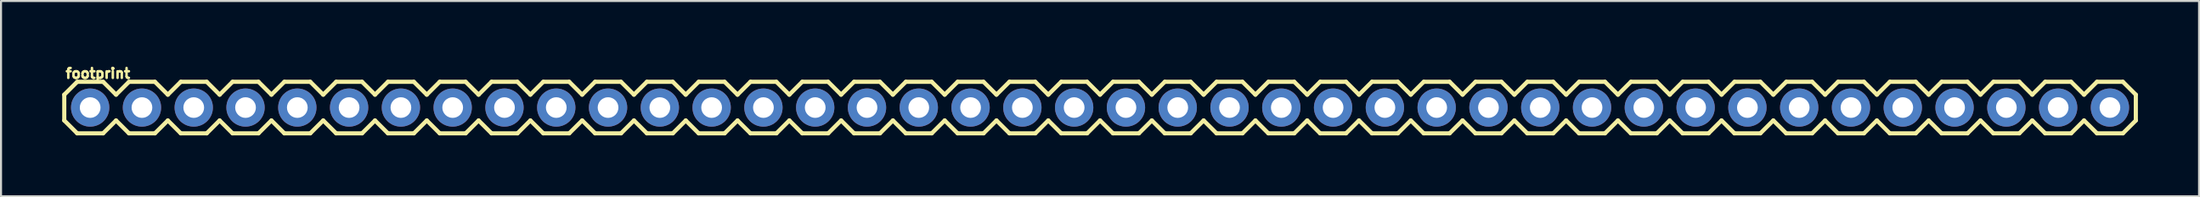
<source format=kicad_pcb>
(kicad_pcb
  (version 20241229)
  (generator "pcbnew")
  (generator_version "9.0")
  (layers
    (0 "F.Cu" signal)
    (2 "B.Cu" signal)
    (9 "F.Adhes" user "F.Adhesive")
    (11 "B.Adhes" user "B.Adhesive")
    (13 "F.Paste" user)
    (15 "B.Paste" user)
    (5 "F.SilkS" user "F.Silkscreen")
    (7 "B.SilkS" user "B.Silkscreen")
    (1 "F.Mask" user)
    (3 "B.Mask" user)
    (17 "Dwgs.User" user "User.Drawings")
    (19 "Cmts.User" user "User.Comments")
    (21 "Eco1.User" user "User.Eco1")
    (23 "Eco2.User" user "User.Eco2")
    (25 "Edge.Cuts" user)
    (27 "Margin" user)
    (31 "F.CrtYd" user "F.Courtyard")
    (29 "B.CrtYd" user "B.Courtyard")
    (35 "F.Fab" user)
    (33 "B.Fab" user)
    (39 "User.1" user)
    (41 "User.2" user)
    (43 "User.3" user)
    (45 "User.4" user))
  (footprint "footprint"
    (layer "F.Cu")
    (at 1.372 2.25)
    (property "Reference" "footprint" (at -1.27 -1.397 0) (layer "F.SilkS") (effects (font (size 0.488 0.488) (thickness 0.122)) (justify left bottom)))
    (fp_line (start -1.27 -0.635) (end -1.27 0.635) (stroke (width 0.203) (type solid)) (layer "F.SilkS"))
    (fp_line (start -1.27 0.635) (end -0.635 1.27) (stroke (width 0.203) (type solid)) (layer "F.SilkS"))
    (fp_line (start -0.635 -1.27) (end -1.27 -0.635) (stroke (width 0.203) (type solid)) (layer "F.SilkS"))
    (fp_line (start -0.635 -1.27) (end 0.635 -1.27) (stroke (width 0.203) (type solid)) (layer "F.SilkS"))
    (fp_line (start 0.635 -1.27) (end 1.27 -0.635) (stroke (width 0.203) (type solid)) (layer "F.SilkS"))
    (fp_line (start 0.635 1.27) (end -0.635 1.27) (stroke (width 0.203) (type solid)) (layer "F.SilkS"))
    (fp_line (start 1.27 -0.635) (end 1.905 -1.27) (stroke (width 0.203) (type solid)) (layer "F.SilkS"))
    (fp_line (start 1.27 0.635) (end 0.635 1.27) (stroke (width 0.203) (type solid)) (layer "F.SilkS"))
    (fp_line (start 1.905 -1.27) (end 3.175 -1.27) (stroke (width 0.203) (type solid)) (layer "F.SilkS"))
    (fp_line (start 1.905 1.27) (end 1.27 0.635) (stroke (width 0.203) (type solid)) (layer "F.SilkS"))
    (fp_line (start 3.175 -1.27) (end 3.81 -0.635) (stroke (width 0.203) (type solid)) (layer "F.SilkS"))
    (fp_line (start 3.175 1.27) (end 1.905 1.27) (stroke (width 0.203) (type solid)) (layer "F.SilkS"))
    (fp_line (start 3.81 -0.635) (end 4.445 -1.27) (stroke (width 0.203) (type solid)) (layer "F.SilkS"))
    (fp_line (start 3.81 0.635) (end 3.175 1.27) (stroke (width 0.203) (type solid)) (layer "F.SilkS"))
    (fp_line (start 4.445 -1.27) (end 5.715 -1.27) (stroke (width 0.203) (type solid)) (layer "F.SilkS"))
    (fp_line (start 4.445 1.27) (end 3.81 0.635) (stroke (width 0.203) (type solid)) (layer "F.SilkS"))
    (fp_line (start 5.715 -1.27) (end 6.35 -0.635) (stroke (width 0.203) (type solid)) (layer "F.SilkS"))
    (fp_line (start 5.715 1.27) (end 4.445 1.27) (stroke (width 0.203) (type solid)) (layer "F.SilkS"))
    (fp_line (start 6.35 0.635) (end 5.715 1.27) (stroke (width 0.203) (type solid)) (layer "F.SilkS"))
    (fp_line (start 6.35 0.635) (end 6.985 1.27) (stroke (width 0.203) (type solid)) (layer "F.SilkS"))
    (fp_line (start 6.985 -1.27) (end 6.35 -0.635) (stroke (width 0.203) (type solid)) (layer "F.SilkS"))
    (fp_line (start 6.985 -1.27) (end 8.255 -1.27) (stroke (width 0.203) (type solid)) (layer "F.SilkS"))
    (fp_line (start 8.255 -1.27) (end 8.89 -0.635) (stroke (width 0.203) (type solid)) (layer "F.SilkS"))
    (fp_line (start 8.255 1.27) (end 6.985 1.27) (stroke (width 0.203) (type solid)) (layer "F.SilkS"))
    (fp_line (start 8.89 -0.635) (end 9.525 -1.27) (stroke (width 0.203) (type solid)) (layer "F.SilkS"))
    (fp_line (start 8.89 0.635) (end 8.255 1.27) (stroke (width 0.203) (type solid)) (layer "F.SilkS"))
    (fp_line (start 9.525 -1.27) (end 10.795 -1.27) (stroke (width 0.203) (type solid)) (layer "F.SilkS"))
    (fp_line (start 9.525 1.27) (end 8.89 0.635) (stroke (width 0.203) (type solid)) (layer "F.SilkS"))
    (fp_line (start 10.795 -1.27) (end 11.43 -0.635) (stroke (width 0.203) (type solid)) (layer "F.SilkS"))
    (fp_line (start 10.795 1.27) (end 9.525 1.27) (stroke (width 0.203) (type solid)) (layer "F.SilkS"))
    (fp_line (start 11.43 -0.635) (end 12.065 -1.27) (stroke (width 0.203) (type solid)) (layer "F.SilkS"))
    (fp_line (start 11.43 0.635) (end 10.795 1.27) (stroke (width 0.203) (type solid)) (layer "F.SilkS"))
    (fp_line (start 12.065 -1.27) (end 13.335 -1.27) (stroke (width 0.203) (type solid)) (layer "F.SilkS"))
    (fp_line (start 12.065 1.27) (end 11.43 0.635) (stroke (width 0.203) (type solid)) (layer "F.SilkS"))
    (fp_line (start 13.335 -1.27) (end 13.97 -0.635) (stroke (width 0.203) (type solid)) (layer "F.SilkS"))
    (fp_line (start 13.335 1.27) (end 12.065 1.27) (stroke (width 0.203) (type solid)) (layer "F.SilkS"))
    (fp_line (start 13.97 0.635) (end 13.335 1.27) (stroke (width 0.203) (type solid)) (layer "F.SilkS"))
    (fp_line (start 13.97 0.635) (end 14.605 1.27) (stroke (width 0.203) (type solid)) (layer "F.SilkS"))
    (fp_line (start 14.605 -1.27) (end 13.97 -0.635) (stroke (width 0.203) (type solid)) (layer "F.SilkS"))
    (fp_line (start 14.605 -1.27) (end 15.875 -1.27) (stroke (width 0.203) (type solid)) (layer "F.SilkS"))
    (fp_line (start 15.875 -1.27) (end 16.51 -0.635) (stroke (width 0.203) (type solid)) (layer "F.SilkS"))
    (fp_line (start 15.875 1.27) (end 14.605 1.27) (stroke (width 0.203) (type solid)) (layer "F.SilkS"))
    (fp_line (start 16.51 0.635) (end 15.875 1.27) (stroke (width 0.203) (type solid)) (layer "F.SilkS"))
    (fp_line (start 16.51 0.635) (end 17.145 1.27) (stroke (width 0.203) (type solid)) (layer "F.SilkS"))
    (fp_line (start 17.145 -1.27) (end 16.51 -0.635) (stroke (width 0.203) (type solid)) (layer "F.SilkS"))
    (fp_line (start 17.145 -1.27) (end 18.415 -1.27) (stroke (width 0.203) (type solid)) (layer "F.SilkS"))
    (fp_line (start 18.415 -1.27) (end 19.05 -0.635) (stroke (width 0.203) (type solid)) (layer "F.SilkS"))
    (fp_line (start 18.415 1.27) (end 17.145 1.27) (stroke (width 0.203) (type solid)) (layer "F.SilkS"))
    (fp_line (start 19.05 -0.635) (end 19.685 -1.27) (stroke (width 0.203) (type solid)) (layer "F.SilkS"))
    (fp_line (start 19.05 0.635) (end 18.415 1.27) (stroke (width 0.203) (type solid)) (layer "F.SilkS"))
    (fp_line (start 19.685 -1.27) (end 20.955 -1.27) (stroke (width 0.203) (type solid)) (layer "F.SilkS"))
    (fp_line (start 19.685 1.27) (end 19.05 0.635) (stroke (width 0.203) (type solid)) (layer "F.SilkS"))
    (fp_line (start 20.955 -1.27) (end 21.59 -0.635) (stroke (width 0.203) (type solid)) (layer "F.SilkS"))
    (fp_line (start 20.955 1.27) (end 19.685 1.27) (stroke (width 0.203) (type solid)) (layer "F.SilkS"))
    (fp_line (start 21.59 -0.635) (end 22.225 -1.27) (stroke (width 0.203) (type solid)) (layer "F.SilkS"))
    (fp_line (start 21.59 0.635) (end 20.955 1.27) (stroke (width 0.203) (type solid)) (layer "F.SilkS"))
    (fp_line (start 22.225 -1.27) (end 23.495 -1.27) (stroke (width 0.203) (type solid)) (layer "F.SilkS"))
    (fp_line (start 22.225 1.27) (end 21.59 0.635) (stroke (width 0.203) (type solid)) (layer "F.SilkS"))
    (fp_line (start 23.495 -1.27) (end 24.13 -0.635) (stroke (width 0.203) (type solid)) (layer "F.SilkS"))
    (fp_line (start 23.495 1.27) (end 22.225 1.27) (stroke (width 0.203) (type solid)) (layer "F.SilkS"))
    (fp_line (start 24.13 0.635) (end 23.495 1.27) (stroke (width 0.203) (type solid)) (layer "F.SilkS"))
    (fp_line (start 24.13 0.635) (end 24.765 1.27) (stroke (width 0.203) (type solid)) (layer "F.SilkS"))
    (fp_line (start 24.765 -1.27) (end 24.13 -0.635) (stroke (width 0.203) (type solid)) (layer "F.SilkS"))
    (fp_line (start 24.765 -1.27) (end 26.035 -1.27) (stroke (width 0.203) (type solid)) (layer "F.SilkS"))
    (fp_line (start 26.035 -1.27) (end 26.67 -0.635) (stroke (width 0.203) (type solid)) (layer "F.SilkS"))
    (fp_line (start 26.035 1.27) (end 24.765 1.27) (stroke (width 0.203) (type solid)) (layer "F.SilkS"))
    (fp_line (start 26.67 -0.635) (end 27.305 -1.27) (stroke (width 0.203) (type solid)) (layer "F.SilkS"))
    (fp_line (start 26.67 0.635) (end 26.035 1.27) (stroke (width 0.203) (type solid)) (layer "F.SilkS"))
    (fp_line (start 27.305 -1.27) (end 28.575 -1.27) (stroke (width 0.203) (type solid)) (layer "F.SilkS"))
    (fp_line (start 27.305 1.27) (end 26.67 0.635) (stroke (width 0.203) (type solid)) (layer "F.SilkS"))
    (fp_line (start 28.575 -1.27) (end 29.21 -0.635) (stroke (width 0.203) (type solid)) (layer "F.SilkS"))
    (fp_line (start 28.575 1.27) (end 27.305 1.27) (stroke (width 0.203) (type solid)) (layer "F.SilkS"))
    (fp_line (start 29.21 -0.635) (end 29.845 -1.27) (stroke (width 0.203) (type solid)) (layer "F.SilkS"))
    (fp_line (start 29.21 0.635) (end 28.575 1.27) (stroke (width 0.203) (type solid)) (layer "F.SilkS"))
    (fp_line (start 29.845 -1.27) (end 31.115 -1.27) (stroke (width 0.203) (type solid)) (layer "F.SilkS"))
    (fp_line (start 29.845 1.27) (end 29.21 0.635) (stroke (width 0.203) (type solid)) (layer "F.SilkS"))
    (fp_line (start 31.115 -1.27) (end 31.75 -0.635) (stroke (width 0.203) (type solid)) (layer "F.SilkS"))
    (fp_line (start 31.115 1.27) (end 29.845 1.27) (stroke (width 0.203) (type solid)) (layer "F.SilkS"))
    (fp_line (start 31.75 0.635) (end 31.115 1.27) (stroke (width 0.203) (type solid)) (layer "F.SilkS"))
    (fp_line (start 31.75 0.635) (end 32.385 1.27) (stroke (width 0.203) (type solid)) (layer "F.SilkS"))
    (fp_line (start 32.385 -1.27) (end 31.75 -0.635) (stroke (width 0.203) (type solid)) (layer "F.SilkS"))
    (fp_line (start 32.385 -1.27) (end 33.655 -1.27) (stroke (width 0.203) (type solid)) (layer "F.SilkS"))
    (fp_line (start 33.655 -1.27) (end 34.29 -0.635) (stroke (width 0.203) (type solid)) (layer "F.SilkS"))
    (fp_line (start 33.655 1.27) (end 32.385 1.27) (stroke (width 0.203) (type solid)) (layer "F.SilkS"))
    (fp_line (start 34.29 0.635) (end 33.655 1.27) (stroke (width 0.203) (type solid)) (layer "F.SilkS"))
    (fp_line (start 34.29 0.635) (end 34.925 1.27) (stroke (width 0.203) (type solid)) (layer "F.SilkS"))
    (fp_line (start 34.925 -1.27) (end 34.29 -0.635) (stroke (width 0.203) (type solid)) (layer "F.SilkS"))
    (fp_line (start 34.925 -1.27) (end 36.195 -1.27) (stroke (width 0.203) (type solid)) (layer "F.SilkS"))
    (fp_line (start 36.195 -1.27) (end 36.83 -0.635) (stroke (width 0.203) (type solid)) (layer "F.SilkS"))
    (fp_line (start 36.195 1.27) (end 34.925 1.27) (stroke (width 0.203) (type solid)) (layer "F.SilkS"))
    (fp_line (start 36.83 0.635) (end 36.195 1.27) (stroke (width 0.203) (type solid)) (layer "F.SilkS"))
    (fp_line (start 36.83 0.635) (end 37.465 1.27) (stroke (width 0.203) (type solid)) (layer "F.SilkS"))
    (fp_line (start 37.465 -1.27) (end 36.83 -0.635) (stroke (width 0.203) (type solid)) (layer "F.SilkS"))
    (fp_line (start 37.465 -1.27) (end 38.735 -1.27) (stroke (width 0.203) (type solid)) (layer "F.SilkS"))
    (fp_line (start 38.735 -1.27) (end 39.37 -0.635) (stroke (width 0.203) (type solid)) (layer "F.SilkS"))
    (fp_line (start 38.735 1.27) (end 37.465 1.27) (stroke (width 0.203) (type solid)) (layer "F.SilkS"))
    (fp_line (start 39.37 0.635) (end 38.735 1.27) (stroke (width 0.203) (type solid)) (layer "F.SilkS"))
    (fp_line (start 39.37 0.635) (end 40.005 1.27) (stroke (width 0.203) (type solid)) (layer "F.SilkS"))
    (fp_line (start 40.005 -1.27) (end 39.37 -0.635) (stroke (width 0.203) (type solid)) (layer "F.SilkS"))
    (fp_line (start 40.005 -1.27) (end 41.275 -1.27) (stroke (width 0.203) (type solid)) (layer "F.SilkS"))
    (fp_line (start 41.275 -1.27) (end 41.91 -0.635) (stroke (width 0.203) (type solid)) (layer "F.SilkS"))
    (fp_line (start 41.275 1.27) (end 40.005 1.27) (stroke (width 0.203) (type solid)) (layer "F.SilkS"))
    (fp_line (start 41.91 0.635) (end 41.275 1.27) (stroke (width 0.203) (type solid)) (layer "F.SilkS"))
    (fp_line (start 41.91 0.635) (end 42.545 1.27) (stroke (width 0.203) (type solid)) (layer "F.SilkS"))
    (fp_line (start 42.545 -1.27) (end 41.91 -0.635) (stroke (width 0.203) (type solid)) (layer "F.SilkS"))
    (fp_line (start 42.545 -1.27) (end 43.815 -1.27) (stroke (width 0.203) (type solid)) (layer "F.SilkS"))
    (fp_line (start 43.815 -1.27) (end 44.45 -0.635) (stroke (width 0.203) (type solid)) (layer "F.SilkS"))
    (fp_line (start 43.815 1.27) (end 42.545 1.27) (stroke (width 0.203) (type solid)) (layer "F.SilkS"))
    (fp_line (start 44.45 0.635) (end 43.815 1.27) (stroke (width 0.203) (type solid)) (layer "F.SilkS"))
    (fp_line (start 44.45 0.635) (end 45.085 1.27) (stroke (width 0.203) (type solid)) (layer "F.SilkS"))
    (fp_line (start 45.085 -1.27) (end 44.45 -0.635) (stroke (width 0.203) (type solid)) (layer "F.SilkS"))
    (fp_line (start 45.085 -1.27) (end 46.355 -1.27) (stroke (width 0.203) (type solid)) (layer "F.SilkS"))
    (fp_line (start 46.355 -1.27) (end 46.99 -0.635) (stroke (width 0.203) (type solid)) (layer "F.SilkS"))
    (fp_line (start 46.355 1.27) (end 45.085 1.27) (stroke (width 0.203) (type solid)) (layer "F.SilkS"))
    (fp_line (start 46.99 0.635) (end 46.355 1.27) (stroke (width 0.203) (type solid)) (layer "F.SilkS"))
    (fp_line (start 46.99 0.635) (end 47.625 1.27) (stroke (width 0.203) (type solid)) (layer "F.SilkS"))
    (fp_line (start 47.625 -1.27) (end 46.99 -0.635) (stroke (width 0.203) (type solid)) (layer "F.SilkS"))
    (fp_line (start 47.625 -1.27) (end 48.895 -1.27) (stroke (width 0.203) (type solid)) (layer "F.SilkS"))
    (fp_line (start 48.895 -1.27) (end 49.53 -0.635) (stroke (width 0.203) (type solid)) (layer "F.SilkS"))
    (fp_line (start 48.895 1.27) (end 47.625 1.27) (stroke (width 0.203) (type solid)) (layer "F.SilkS"))
    (fp_line (start 49.53 0.635) (end 48.895 1.27) (stroke (width 0.203) (type solid)) (layer "F.SilkS"))
    (fp_line (start 49.53 0.635) (end 50.165 1.27) (stroke (width 0.203) (type solid)) (layer "F.SilkS"))
    (fp_line (start 50.165 -1.27) (end 49.53 -0.635) (stroke (width 0.203) (type solid)) (layer "F.SilkS"))
    (fp_line (start 50.165 -1.27) (end 51.435 -1.27) (stroke (width 0.203) (type solid)) (layer "F.SilkS"))
    (fp_line (start 51.435 -1.27) (end 52.07 -0.635) (stroke (width 0.203) (type solid)) (layer "F.SilkS"))
    (fp_line (start 51.435 1.27) (end 50.165 1.27) (stroke (width 0.203) (type solid)) (layer "F.SilkS"))
    (fp_line (start 52.07 0.635) (end 51.435 1.27) (stroke (width 0.203) (type solid)) (layer "F.SilkS"))
    (fp_line (start 52.07 0.635) (end 52.705 1.27) (stroke (width 0.203) (type solid)) (layer "F.SilkS"))
    (fp_line (start 52.705 -1.27) (end 52.07 -0.635) (stroke (width 0.203) (type solid)) (layer "F.SilkS"))
    (fp_line (start 52.705 -1.27) (end 53.975 -1.27) (stroke (width 0.203) (type solid)) (layer "F.SilkS"))
    (fp_line (start 53.975 -1.27) (end 54.61 -0.635) (stroke (width 0.203) (type solid)) (layer "F.SilkS"))
    (fp_line (start 53.975 1.27) (end 52.705 1.27) (stroke (width 0.203) (type solid)) (layer "F.SilkS"))
    (fp_line (start 54.61 0.635) (end 53.975 1.27) (stroke (width 0.203) (type solid)) (layer "F.SilkS"))
    (fp_line (start 54.61 0.635) (end 55.245 1.27) (stroke (width 0.203) (type solid)) (layer "F.SilkS"))
    (fp_line (start 55.245 -1.27) (end 54.61 -0.635) (stroke (width 0.203) (type solid)) (layer "F.SilkS"))
    (fp_line (start 55.245 -1.27) (end 56.515 -1.27) (stroke (width 0.203) (type solid)) (layer "F.SilkS"))
    (fp_line (start 56.515 -1.27) (end 57.15 -0.635) (stroke (width 0.203) (type solid)) (layer "F.SilkS"))
    (fp_line (start 56.515 1.27) (end 55.245 1.27) (stroke (width 0.203) (type solid)) (layer "F.SilkS"))
    (fp_line (start 57.15 -0.635) (end 57.785 -1.27) (stroke (width 0.203) (type solid)) (layer "F.SilkS"))
    (fp_line (start 57.15 0.635) (end 56.515 1.27) (stroke (width 0.203) (type solid)) (layer "F.SilkS"))
    (fp_line (start 57.15 0.635) (end 57.785 1.27) (stroke (width 0.203) (type solid)) (layer "F.SilkS"))
    (fp_line (start 57.785 -1.27) (end 59.055 -1.27) (stroke (width 0.203) (type solid)) (layer "F.SilkS"))
    (fp_line (start 59.055 -1.27) (end 59.69 -0.635) (stroke (width 0.203) (type solid)) (layer "F.SilkS"))
    (fp_line (start 59.055 1.27) (end 57.785 1.27) (stroke (width 0.203) (type solid)) (layer "F.SilkS"))
    (fp_line (start 59.69 0.635) (end 59.055 1.27) (stroke (width 0.203) (type solid)) (layer "F.SilkS"))
    (fp_line (start 59.69 0.635) (end 60.325 1.27) (stroke (width 0.203) (type solid)) (layer "F.SilkS"))
    (fp_line (start 60.325 -1.27) (end 59.69 -0.635) (stroke (width 0.203) (type solid)) (layer "F.SilkS"))
    (fp_line (start 60.325 -1.27) (end 61.595 -1.27) (stroke (width 0.203) (type solid)) (layer "F.SilkS"))
    (fp_line (start 61.595 -1.27) (end 62.23 -0.635) (stroke (width 0.203) (type solid)) (layer "F.SilkS"))
    (fp_line (start 61.595 1.27) (end 60.325 1.27) (stroke (width 0.203) (type solid)) (layer "F.SilkS"))
    (fp_line (start 62.23 -0.635) (end 62.865 -1.27) (stroke (width 0.203) (type solid)) (layer "F.SilkS"))
    (fp_line (start 62.23 0.635) (end 61.595 1.27) (stroke (width 0.203) (type solid)) (layer "F.SilkS"))
    (fp_line (start 62.23 0.635) (end 62.865 1.27) (stroke (width 0.203) (type solid)) (layer "F.SilkS"))
    (fp_line (start 62.865 -1.27) (end 64.135 -1.27) (stroke (width 0.203) (type solid)) (layer "F.SilkS"))
    (fp_line (start 64.135 -1.27) (end 64.77 -0.635) (stroke (width 0.203) (type solid)) (layer "F.SilkS"))
    (fp_line (start 64.135 1.27) (end 62.865 1.27) (stroke (width 0.203) (type solid)) (layer "F.SilkS"))
    (fp_line (start 64.77 0.635) (end 64.135 1.27) (stroke (width 0.203) (type solid)) (layer "F.SilkS"))
    (fp_line (start 64.77 0.635) (end 65.405 1.27) (stroke (width 0.203) (type solid)) (layer "F.SilkS"))
    (fp_line (start 65.405 -1.27) (end 64.77 -0.635) (stroke (width 0.203) (type solid)) (layer "F.SilkS"))
    (fp_line (start 65.405 -1.27) (end 66.675 -1.27) (stroke (width 0.203) (type solid)) (layer "F.SilkS"))
    (fp_line (start 66.675 -1.27) (end 67.31 -0.635) (stroke (width 0.203) (type solid)) (layer "F.SilkS"))
    (fp_line (start 66.675 1.27) (end 65.405 1.27) (stroke (width 0.203) (type solid)) (layer "F.SilkS"))
    (fp_line (start 67.31 -0.635) (end 67.945 -1.27) (stroke (width 0.203) (type solid)) (layer "F.SilkS"))
    (fp_line (start 67.31 0.635) (end 66.675 1.27) (stroke (width 0.203) (type solid)) (layer "F.SilkS"))
    (fp_line (start 67.31 0.635) (end 67.945 1.27) (stroke (width 0.203) (type solid)) (layer "F.SilkS"))
    (fp_line (start 67.945 -1.27) (end 69.215 -1.27) (stroke (width 0.203) (type solid)) (layer "F.SilkS"))
    (fp_line (start 69.215 -1.27) (end 69.85 -0.635) (stroke (width 0.203) (type solid)) (layer "F.SilkS"))
    (fp_line (start 69.215 1.27) (end 67.945 1.27) (stroke (width 0.203) (type solid)) (layer "F.SilkS"))
    (fp_line (start 69.85 0.635) (end 69.215 1.27) (stroke (width 0.203) (type solid)) (layer "F.SilkS"))
    (fp_line (start 69.85 0.635) (end 70.485 1.27) (stroke (width 0.203) (type solid)) (layer "F.SilkS"))
    (fp_line (start 70.485 -1.27) (end 69.85 -0.635) (stroke (width 0.203) (type solid)) (layer "F.SilkS"))
    (fp_line (start 70.485 -1.27) (end 71.755 -1.27) (stroke (width 0.203) (type solid)) (layer "F.SilkS"))
    (fp_line (start 71.755 -1.27) (end 72.39 -0.635) (stroke (width 0.203) (type solid)) (layer "F.SilkS"))
    (fp_line (start 71.755 1.27) (end 70.485 1.27) (stroke (width 0.203) (type solid)) (layer "F.SilkS"))
    (fp_line (start 72.39 0.635) (end 71.755 1.27) (stroke (width 0.203) (type solid)) (layer "F.SilkS"))
    (fp_line (start 72.39 0.635) (end 73.025 1.27) (stroke (width 0.203) (type solid)) (layer "F.SilkS"))
    (fp_line (start 73.025 -1.27) (end 72.39 -0.635) (stroke (width 0.203) (type solid)) (layer "F.SilkS"))
    (fp_line (start 73.025 -1.27) (end 74.295 -1.27) (stroke (width 0.203) (type solid)) (layer "F.SilkS"))
    (fp_line (start 74.295 -1.27) (end 74.93 -0.635) (stroke (width 0.203) (type solid)) (layer "F.SilkS"))
    (fp_line (start 74.295 1.27) (end 73.025 1.27) (stroke (width 0.203) (type solid)) (layer "F.SilkS"))
    (fp_line (start 74.93 0.635) (end 74.295 1.27) (stroke (width 0.203) (type solid)) (layer "F.SilkS"))
    (fp_line (start 74.93 0.635) (end 75.565 1.27) (stroke (width 0.203) (type solid)) (layer "F.SilkS"))
    (fp_line (start 75.565 -1.27) (end 74.93 -0.635) (stroke (width 0.203) (type solid)) (layer "F.SilkS"))
    (fp_line (start 75.565 -1.27) (end 76.835 -1.27) (stroke (width 0.203) (type solid)) (layer "F.SilkS"))
    (fp_line (start 76.835 -1.27) (end 77.47 -0.635) (stroke (width 0.203) (type solid)) (layer "F.SilkS"))
    (fp_line (start 76.835 1.27) (end 75.565 1.27) (stroke (width 0.203) (type solid)) (layer "F.SilkS"))
    (fp_line (start 77.47 -0.635) (end 78.105 -1.27) (stroke (width 0.203) (type solid)) (layer "F.SilkS"))
    (fp_line (start 77.47 0.635) (end 76.835 1.27) (stroke (width 0.203) (type solid)) (layer "F.SilkS"))
    (fp_line (start 78.105 -1.27) (end 79.375 -1.27) (stroke (width 0.203) (type solid)) (layer "F.SilkS"))
    (fp_line (start 78.105 1.27) (end 77.47 0.635) (stroke (width 0.203) (type solid)) (layer "F.SilkS"))
    (fp_line (start 79.375 -1.27) (end 80.01 -0.635) (stroke (width 0.203) (type solid)) (layer "F.SilkS"))
    (fp_line (start 79.375 1.27) (end 78.105 1.27) (stroke (width 0.203) (type solid)) (layer "F.SilkS"))
    (fp_line (start 80.01 -0.635) (end 80.645 -1.27) (stroke (width 0.203) (type solid)) (layer "F.SilkS"))
    (fp_line (start 80.01 0.635) (end 79.375 1.27) (stroke (width 0.203) (type solid)) (layer "F.SilkS"))
    (fp_line (start 80.645 -1.27) (end 81.915 -1.27) (stroke (width 0.203) (type solid)) (layer "F.SilkS"))
    (fp_line (start 80.645 1.27) (end 80.01 0.635) (stroke (width 0.203) (type solid)) (layer "F.SilkS"))
    (fp_line (start 81.915 -1.27) (end 82.55 -0.635) (stroke (width 0.203) (type solid)) (layer "F.SilkS"))
    (fp_line (start 81.915 1.27) (end 80.645 1.27) (stroke (width 0.203) (type solid)) (layer "F.SilkS"))
    (fp_line (start 82.55 0.635) (end 81.915 1.27) (stroke (width 0.203) (type solid)) (layer "F.SilkS"))
    (fp_line (start 82.55 0.635) (end 83.185 1.27) (stroke (width 0.203) (type solid)) (layer "F.SilkS"))
    (fp_line (start 83.185 -1.27) (end 82.55 -0.635) (stroke (width 0.203) (type solid)) (layer "F.SilkS"))
    (fp_line (start 83.185 -1.27) (end 84.455 -1.27) (stroke (width 0.203) (type solid)) (layer "F.SilkS"))
    (fp_line (start 84.455 -1.27) (end 85.09 -0.635) (stroke (width 0.203) (type solid)) (layer "F.SilkS"))
    (fp_line (start 84.455 1.27) (end 83.185 1.27) (stroke (width 0.203) (type solid)) (layer "F.SilkS"))
    (fp_line (start 85.09 -0.635) (end 85.725 -1.27) (stroke (width 0.203) (type solid)) (layer "F.SilkS"))
    (fp_line (start 85.09 0.635) (end 84.455 1.27) (stroke (width 0.203) (type solid)) (layer "F.SilkS"))
    (fp_line (start 85.725 -1.27) (end 86.995 -1.27) (stroke (width 0.203) (type solid)) (layer "F.SilkS"))
    (fp_line (start 85.725 1.27) (end 85.09 0.635) (stroke (width 0.203) (type solid)) (layer "F.SilkS"))
    (fp_line (start 86.995 -1.27) (end 87.63 -0.635) (stroke (width 0.203) (type solid)) (layer "F.SilkS"))
    (fp_line (start 86.995 1.27) (end 85.725 1.27) (stroke (width 0.203) (type solid)) (layer "F.SilkS"))
    (fp_line (start 87.63 -0.635) (end 88.265 -1.27) (stroke (width 0.203) (type solid)) (layer "F.SilkS"))
    (fp_line (start 87.63 0.635) (end 86.995 1.27) (stroke (width 0.203) (type solid)) (layer "F.SilkS"))
    (fp_line (start 88.265 -1.27) (end 89.535 -1.27) (stroke (width 0.203) (type solid)) (layer "F.SilkS"))
    (fp_line (start 88.265 1.27) (end 87.63 0.635) (stroke (width 0.203) (type solid)) (layer "F.SilkS"))
    (fp_line (start 89.535 -1.27) (end 90.17 -0.635) (stroke (width 0.203) (type solid)) (layer "F.SilkS"))
    (fp_line (start 89.535 1.27) (end 88.265 1.27) (stroke (width 0.203) (type solid)) (layer "F.SilkS"))
    (fp_line (start 90.17 0.635) (end 89.535 1.27) (stroke (width 0.203) (type solid)) (layer "F.SilkS"))
    (fp_line (start 90.17 0.635) (end 90.805 1.27) (stroke (width 0.203) (type solid)) (layer "F.SilkS"))
    (fp_line (start 90.805 -1.27) (end 90.17 -0.635) (stroke (width 0.203) (type solid)) (layer "F.SilkS"))
    (fp_line (start 90.805 -1.27) (end 92.075 -1.27) (stroke (width 0.203) (type solid)) (layer "F.SilkS"))
    (fp_line (start 92.075 -1.27) (end 92.71 -0.635) (stroke (width 0.203) (type solid)) (layer "F.SilkS"))
    (fp_line (start 92.075 1.27) (end 90.805 1.27) (stroke (width 0.203) (type solid)) (layer "F.SilkS"))
    (fp_line (start 92.71 0.635) (end 92.075 1.27) (stroke (width 0.203) (type solid)) (layer "F.SilkS"))
    (fp_line (start 92.71 0.635) (end 93.345 1.27) (stroke (width 0.203) (type solid)) (layer "F.SilkS"))
    (fp_line (start 93.345 -1.27) (end 92.71 -0.635) (stroke (width 0.203) (type solid)) (layer "F.SilkS"))
    (fp_line (start 93.345 -1.27) (end 94.615 -1.27) (stroke (width 0.203) (type solid)) (layer "F.SilkS"))
    (fp_line (start 94.615 -1.27) (end 95.25 -0.635) (stroke (width 0.203) (type solid)) (layer "F.SilkS"))
    (fp_line (start 94.615 1.27) (end 93.345 1.27) (stroke (width 0.203) (type solid)) (layer "F.SilkS"))
    (fp_line (start 95.25 -0.635) (end 95.885 -1.27) (stroke (width 0.203) (type solid)) (layer "F.SilkS"))
    (fp_line (start 95.25 0.635) (end 94.615 1.27) (stroke (width 0.203) (type solid)) (layer "F.SilkS"))
    (fp_line (start 95.885 -1.27) (end 97.155 -1.27) (stroke (width 0.203) (type solid)) (layer "F.SilkS"))
    (fp_line (start 95.885 1.27) (end 95.25 0.635) (stroke (width 0.203) (type solid)) (layer "F.SilkS"))
    (fp_line (start 97.155 -1.27) (end 97.79 -0.635) (stroke (width 0.203) (type solid)) (layer "F.SilkS"))
    (fp_line (start 97.155 1.27) (end 95.885 1.27) (stroke (width 0.203) (type solid)) (layer "F.SilkS"))
    (fp_line (start 97.79 -0.635) (end 98.425 -1.27) (stroke (width 0.203) (type solid)) (layer "F.SilkS"))
    (fp_line (start 97.79 0.635) (end 97.155 1.27) (stroke (width 0.203) (type solid)) (layer "F.SilkS"))
    (fp_line (start 98.425 -1.27) (end 99.695 -1.27) (stroke (width 0.203) (type solid)) (layer "F.SilkS"))
    (fp_line (start 98.425 1.27) (end 97.79 0.635) (stroke (width 0.203) (type solid)) (layer "F.SilkS"))
    (fp_line (start 99.695 -1.27) (end 100.33 -0.635) (stroke (width 0.203) (type solid)) (layer "F.SilkS"))
    (fp_line (start 99.695 1.27) (end 98.425 1.27) (stroke (width 0.203) (type solid)) (layer "F.SilkS"))
    (fp_line (start 100.33 -0.635) (end 100.33 0.635) (stroke (width 0.203) (type solid)) (layer "F.SilkS"))
    (fp_line (start 100.33 0.635) (end 99.695 1.27) (stroke (width 0.203) (type solid)) (layer "F.SilkS"))
    (fp_poly (pts (xy -0.254 0.254) (xy 0.254 0.254) (xy 0.254 -0.254) (xy -0.254 -0.254)) (stroke (width 0.1) (type solid)) (fill no) (layer "F.Fab"))
    (fp_poly (pts (xy 2.286 0.254) (xy 2.794 0.254) (xy 2.794 -0.254) (xy 2.286 -0.254)) (stroke (width 0.1) (type solid)) (fill no) (layer "F.Fab"))
    (fp_poly (pts (xy 4.826 0.254) (xy 5.334 0.254) (xy 5.334 -0.254) (xy 4.826 -0.254)) (stroke (width 0.1) (type solid)) (fill no) (layer "F.Fab"))
    (fp_poly (pts (xy 7.366 0.254) (xy 7.874 0.254) (xy 7.874 -0.254) (xy 7.366 -0.254)) (stroke (width 0.1) (type solid)) (fill no) (layer "F.Fab"))
    (fp_poly (pts (xy 9.906 0.254) (xy 10.414 0.254) (xy 10.414 -0.254) (xy 9.906 -0.254)) (stroke (width 0.1) (type solid)) (fill no) (layer "F.Fab"))
    (fp_poly (pts (xy 12.446 0.254) (xy 12.954 0.254) (xy 12.954 -0.254) (xy 12.446 -0.254)) (stroke (width 0.1) (type solid)) (fill no) (layer "F.Fab"))
    (fp_poly (pts (xy 14.986 0.254) (xy 15.494 0.254) (xy 15.494 -0.254) (xy 14.986 -0.254)) (stroke (width 0.1) (type solid)) (fill no) (layer "F.Fab"))
    (fp_poly (pts (xy 17.526 0.254) (xy 18.034 0.254) (xy 18.034 -0.254) (xy 17.526 -0.254)) (stroke (width 0.1) (type solid)) (fill no) (layer "F.Fab"))
    (fp_poly (pts (xy 20.066 0.254) (xy 20.574 0.254) (xy 20.574 -0.254) (xy 20.066 -0.254)) (stroke (width 0.1) (type solid)) (fill no) (layer "F.Fab"))
    (fp_poly (pts (xy 22.606 0.254) (xy 23.114 0.254) (xy 23.114 -0.254) (xy 22.606 -0.254)) (stroke (width 0.1) (type solid)) (fill no) (layer "F.Fab"))
    (fp_poly (pts (xy 25.146 0.254) (xy 25.654 0.254) (xy 25.654 -0.254) (xy 25.146 -0.254)) (stroke (width 0.1) (type solid)) (fill no) (layer "F.Fab"))
    (fp_poly (pts (xy 27.686 0.254) (xy 28.194 0.254) (xy 28.194 -0.254) (xy 27.686 -0.254)) (stroke (width 0.1) (type solid)) (fill no) (layer "F.Fab"))
    (fp_poly (pts (xy 30.226 0.254) (xy 30.734 0.254) (xy 30.734 -0.254) (xy 30.226 -0.254)) (stroke (width 0.1) (type solid)) (fill no) (layer "F.Fab"))
    (fp_poly (pts (xy 32.766 0.254) (xy 33.274 0.254) (xy 33.274 -0.254) (xy 32.766 -0.254)) (stroke (width 0.1) (type solid)) (fill no) (layer "F.Fab"))
    (fp_poly (pts (xy 35.306 0.254) (xy 35.814 0.254) (xy 35.814 -0.254) (xy 35.306 -0.254)) (stroke (width 0.1) (type solid)) (fill no) (layer "F.Fab"))
    (fp_poly (pts (xy 37.846 0.254) (xy 38.354 0.254) (xy 38.354 -0.254) (xy 37.846 -0.254)) (stroke (width 0.1) (type solid)) (fill no) (layer "F.Fab"))
    (fp_poly (pts (xy 40.386 0.254) (xy 40.894 0.254) (xy 40.894 -0.254) (xy 40.386 -0.254)) (stroke (width 0.1) (type solid)) (fill no) (layer "F.Fab"))
    (fp_poly (pts (xy 42.926 0.254) (xy 43.434 0.254) (xy 43.434 -0.254) (xy 42.926 -0.254)) (stroke (width 0.1) (type solid)) (fill no) (layer "F.Fab"))
    (fp_poly (pts (xy 45.466 0.254) (xy 45.974 0.254) (xy 45.974 -0.254) (xy 45.466 -0.254)) (stroke (width 0.1) (type solid)) (fill no) (layer "F.Fab"))
    (fp_poly (pts (xy 48.006 0.254) (xy 48.514 0.254) (xy 48.514 -0.254) (xy 48.006 -0.254)) (stroke (width 0.1) (type solid)) (fill no) (layer "F.Fab"))
    (fp_poly (pts (xy 50.546 0.254) (xy 51.054 0.254) (xy 51.054 -0.254) (xy 50.546 -0.254)) (stroke (width 0.1) (type solid)) (fill no) (layer "F.Fab"))
    (fp_poly (pts (xy 53.086 0.254) (xy 53.594 0.254) (xy 53.594 -0.254) (xy 53.086 -0.254)) (stroke (width 0.1) (type solid)) (fill no) (layer "F.Fab"))
    (fp_poly (pts (xy 55.626 0.254) (xy 56.134 0.254) (xy 56.134 -0.254) (xy 55.626 -0.254)) (stroke (width 0.1) (type solid)) (fill no) (layer "F.Fab"))
    (fp_poly (pts (xy 58.166 0.254) (xy 58.674 0.254) (xy 58.674 -0.254) (xy 58.166 -0.254)) (stroke (width 0.1) (type solid)) (fill no) (layer "F.Fab"))
    (fp_poly (pts (xy 60.706 0.254) (xy 61.214 0.254) (xy 61.214 -0.254) (xy 60.706 -0.254)) (stroke (width 0.1) (type solid)) (fill no) (layer "F.Fab"))
    (fp_poly (pts (xy 63.246 0.254) (xy 63.754 0.254) (xy 63.754 -0.254) (xy 63.246 -0.254)) (stroke (width 0.1) (type solid)) (fill no) (layer "F.Fab"))
    (fp_poly (pts (xy 65.786 0.254) (xy 66.294 0.254) (xy 66.294 -0.254) (xy 65.786 -0.254)) (stroke (width 0.1) (type solid)) (fill no) (layer "F.Fab"))
    (fp_poly (pts (xy 68.326 0.254) (xy 68.834 0.254) (xy 68.834 -0.254) (xy 68.326 -0.254)) (stroke (width 0.1) (type solid)) (fill no) (layer "F.Fab"))
    (fp_poly (pts (xy 70.866 0.254) (xy 71.374 0.254) (xy 71.374 -0.254) (xy 70.866 -0.254)) (stroke (width 0.1) (type solid)) (fill no) (layer "F.Fab"))
    (fp_poly (pts (xy 73.406 0.254) (xy 73.914 0.254) (xy 73.914 -0.254) (xy 73.406 -0.254)) (stroke (width 0.1) (type solid)) (fill no) (layer "F.Fab"))
    (fp_poly (pts (xy 75.946 0.254) (xy 76.454 0.254) (xy 76.454 -0.254) (xy 75.946 -0.254)) (stroke (width 0.1) (type solid)) (fill no) (layer "F.Fab"))
    (fp_poly (pts (xy 78.486 0.254) (xy 78.994 0.254) (xy 78.994 -0.254) (xy 78.486 -0.254)) (stroke (width 0.1) (type solid)) (fill no) (layer "F.Fab"))
    (fp_poly (pts (xy 81.026 0.254) (xy 81.534 0.254) (xy 81.534 -0.254) (xy 81.026 -0.254)) (stroke (width 0.1) (type solid)) (fill no) (layer "F.Fab"))
    (fp_poly (pts (xy 83.566 0.254) (xy 84.074 0.254) (xy 84.074 -0.254) (xy 83.566 -0.254)) (stroke (width 0.1) (type solid)) (fill no) (layer "F.Fab"))
    (fp_poly (pts (xy 86.106 0.254) (xy 86.614 0.254) (xy 86.614 -0.254) (xy 86.106 -0.254)) (stroke (width 0.1) (type solid)) (fill no) (layer "F.Fab"))
    (fp_poly (pts (xy 88.646 0.254) (xy 89.154 0.254) (xy 89.154 -0.254) (xy 88.646 -0.254)) (stroke (width 0.1) (type solid)) (fill no) (layer "F.Fab"))
    (fp_poly (pts (xy 91.186 0.254) (xy 91.694 0.254) (xy 91.694 -0.254) (xy 91.186 -0.254)) (stroke (width 0.1) (type solid)) (fill no) (layer "F.Fab"))
    (fp_poly (pts (xy 93.726 0.254) (xy 94.234 0.254) (xy 94.234 -0.254) (xy 93.726 -0.254)) (stroke (width 0.1) (type solid)) (fill no) (layer "F.Fab"))
    (fp_poly (pts (xy 96.266 0.254) (xy 96.774 0.254) (xy 96.774 -0.254) (xy 96.266 -0.254)) (stroke (width 0.1) (type solid)) (fill no) (layer "F.Fab"))
    (fp_poly (pts (xy 98.806 0.254) (xy 99.314 0.254) (xy 99.314 -0.254) (xy 98.806 -0.254)) (stroke (width 0.1) (type solid)) (fill no) (layer "F.Fab"))
    (pad "1" thru_hole circle (at 0 0 90) (size 1.88 1.88) (drill 1.016) (layers "*.Cu" "*.Mask"))
    (pad "2" thru_hole circle (at 2.54 0 90) (size 1.88 1.88) (drill 1.016) (layers "*.Cu" "*.Mask"))
    (pad "3" thru_hole circle (at 5.08 0 90) (size 1.88 1.88) (drill 1.016) (layers "*.Cu" "*.Mask"))
    (pad "4" thru_hole circle (at 7.62 0 90) (size 1.88 1.88) (drill 1.016) (layers "*.Cu" "*.Mask"))
    (pad "5" thru_hole circle (at 10.16 0 90) (size 1.88 1.88) (drill 1.016) (layers "*.Cu" "*.Mask"))
    (pad "6" thru_hole circle (at 12.7 0 90) (size 1.88 1.88) (drill 1.016) (layers "*.Cu" "*.Mask"))
    (pad "7" thru_hole circle (at 15.24 0 90) (size 1.88 1.88) (drill 1.016) (layers "*.Cu" "*.Mask"))
    (pad "8" thru_hole circle (at 17.78 0 90) (size 1.88 1.88) (drill 1.016) (layers "*.Cu" "*.Mask"))
    (pad "9" thru_hole circle (at 20.32 0 90) (size 1.88 1.88) (drill 1.016) (layers "*.Cu" "*.Mask"))
    (pad "10" thru_hole circle (at 22.86 0 90) (size 1.88 1.88) (drill 1.016) (layers "*.Cu" "*.Mask"))
    (pad "11" thru_hole circle (at 25.4 0 90) (size 1.88 1.88) (drill 1.016) (layers "*.Cu" "*.Mask"))
    (pad "12" thru_hole circle (at 27.94 0 90) (size 1.88 1.88) (drill 1.016) (layers "*.Cu" "*.Mask"))
    (pad "13" thru_hole circle (at 30.48 0 90) (size 1.88 1.88) (drill 1.016) (layers "*.Cu" "*.Mask"))
    (pad "14" thru_hole circle (at 33.02 0 90) (size 1.88 1.88) (drill 1.016) (layers "*.Cu" "*.Mask"))
    (pad "15" thru_hole circle (at 35.56 0 90) (size 1.88 1.88) (drill 1.016) (layers "*.Cu" "*.Mask"))
    (pad "16" thru_hole circle (at 38.1 0 90) (size 1.88 1.88) (drill 1.016) (layers "*.Cu" "*.Mask"))
    (pad "17" thru_hole circle (at 40.64 0 90) (size 1.88 1.88) (drill 1.016) (layers "*.Cu" "*.Mask"))
    (pad "18" thru_hole circle (at 43.18 0 90) (size 1.88 1.88) (drill 1.016) (layers "*.Cu" "*.Mask"))
    (pad "19" thru_hole circle (at 45.72 0 90) (size 1.88 1.88) (drill 1.016) (layers "*.Cu" "*.Mask"))
    (pad "20" thru_hole circle (at 48.26 0 90) (size 1.88 1.88) (drill 1.016) (layers "*.Cu" "*.Mask"))
    (pad "21" thru_hole circle (at 50.8 0 90) (size 1.88 1.88) (drill 1.016) (layers "*.Cu" "*.Mask"))
    (pad "22" thru_hole circle (at 53.34 0 90) (size 1.88 1.88) (drill 1.016) (layers "*.Cu" "*.Mask"))
    (pad "23" thru_hole circle (at 55.88 0 90) (size 1.88 1.88) (drill 1.016) (layers "*.Cu" "*.Mask"))
    (pad "24" thru_hole circle (at 58.42 0 90) (size 1.88 1.88) (drill 1.016) (layers "*.Cu" "*.Mask"))
    (pad "25" thru_hole circle (at 60.96 0 90) (size 1.88 1.88) (drill 1.016) (layers "*.Cu" "*.Mask"))
    (pad "26" thru_hole circle (at 63.5 0 90) (size 1.88 1.88) (drill 1.016) (layers "*.Cu" "*.Mask"))
    (pad "27" thru_hole circle (at 66.04 0 90) (size 1.88 1.88) (drill 1.016) (layers "*.Cu" "*.Mask"))
    (pad "28" thru_hole circle (at 68.58 0 90) (size 1.88 1.88) (drill 1.016) (layers "*.Cu" "*.Mask"))
    (pad "29" thru_hole circle (at 71.12 0 90) (size 1.88 1.88) (drill 1.016) (layers "*.Cu" "*.Mask"))
    (pad "30" thru_hole circle (at 73.66 0 90) (size 1.88 1.88) (drill 1.016) (layers "*.Cu" "*.Mask"))
    (pad "31" thru_hole circle (at 76.2 0 90) (size 1.88 1.88) (drill 1.016) (layers "*.Cu" "*.Mask"))
    (pad "32" thru_hole circle (at 78.74 0 90) (size 1.88 1.88) (drill 1.016) (layers "*.Cu" "*.Mask"))
    (pad "33" thru_hole circle (at 81.28 0 90) (size 1.88 1.88) (drill 1.016) (layers "*.Cu" "*.Mask"))
    (pad "34" thru_hole circle (at 83.82 0 90) (size 1.88 1.88) (drill 1.016) (layers "*.Cu" "*.Mask"))
    (pad "35" thru_hole circle (at 86.36 0 90) (size 1.88 1.88) (drill 1.016) (layers "*.Cu" "*.Mask"))
    (pad "36" thru_hole circle (at 88.9 0 90) (size 1.88 1.88) (drill 1.016) (layers "*.Cu" "*.Mask"))
    (pad "37" thru_hole circle (at 91.44 0 90) (size 1.88 1.88) (drill 1.016) (layers "*.Cu" "*.Mask"))
    (pad "38" thru_hole circle (at 93.98 0 90) (size 1.88 1.88) (drill 1.016) (layers "*.Cu" "*.Mask"))
    (pad "39" thru_hole circle (at 96.52 0 90) (size 1.88 1.88) (drill 1.016) (layers "*.Cu" "*.Mask"))
    (pad "40" thru_hole circle (at 99.06 0 90) (size 1.88 1.88) (drill 1.016) (layers "*.Cu" "*.Mask")))
  (gr_rect
    (start -3 -3)
    (end 104.803 6.622)
    (stroke (width 0.1) (type default))
    (fill no)
    (layer "Edge.Cuts")))
</source>
